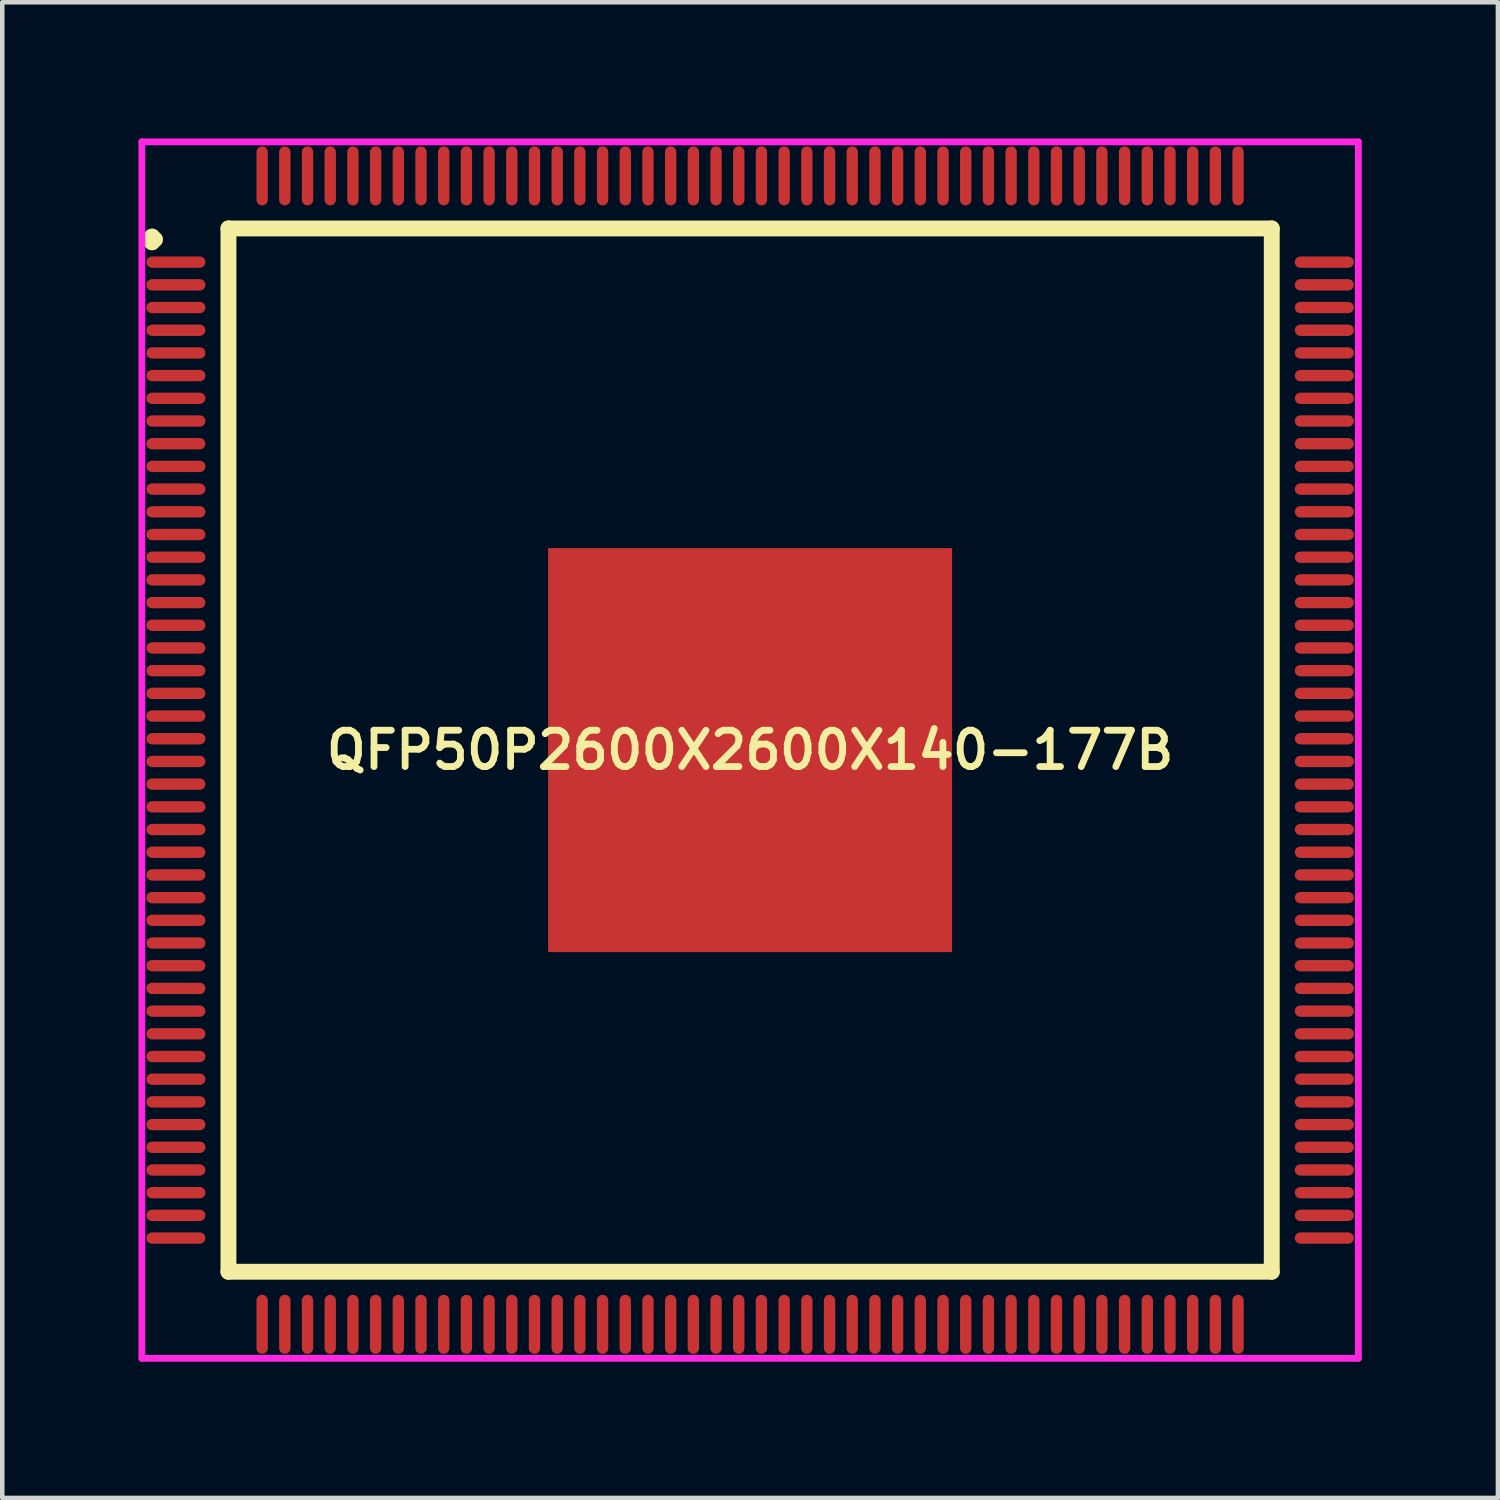
<source format=kicad_pcb>
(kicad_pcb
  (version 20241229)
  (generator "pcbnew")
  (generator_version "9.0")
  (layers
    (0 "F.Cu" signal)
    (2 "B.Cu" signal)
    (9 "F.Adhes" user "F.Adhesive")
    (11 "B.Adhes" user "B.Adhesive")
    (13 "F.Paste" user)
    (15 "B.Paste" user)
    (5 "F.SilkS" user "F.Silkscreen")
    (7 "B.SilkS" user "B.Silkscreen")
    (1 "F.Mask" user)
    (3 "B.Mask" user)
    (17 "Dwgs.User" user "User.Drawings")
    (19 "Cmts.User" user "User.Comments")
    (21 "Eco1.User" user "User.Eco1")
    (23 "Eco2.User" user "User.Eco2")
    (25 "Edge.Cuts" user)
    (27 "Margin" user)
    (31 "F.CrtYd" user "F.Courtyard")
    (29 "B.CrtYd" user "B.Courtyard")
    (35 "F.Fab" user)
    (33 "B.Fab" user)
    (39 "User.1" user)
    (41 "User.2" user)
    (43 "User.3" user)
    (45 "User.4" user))
  (footprint "QFP50P2600X2600X140-177B"
    (layer "F.Cu")
    (at 13.475 13.475)
    (property "Reference" "QFP50P2600X2600X140-177B" (at 0 0 0) (layer "F.SilkS") (effects (font (size 0.8 0.8) (thickness 0.15))))
    (attr smd)
    (fp_line (start -13.238 -11.25) (end -13.175 -11.312) (stroke (width 0.35) (type solid)) (layer "F.SilkS"))
    (fp_line (start -13.175 -11.312) (end -13.113 -11.25) (stroke (width 0.35) (type solid)) (layer "F.SilkS"))
    (fp_line (start -13.175 -11.188) (end -13.238 -11.25) (stroke (width 0.35) (type solid)) (layer "F.SilkS"))
    (fp_line (start -13.113 -11.25) (end -13.175 -11.188) (stroke (width 0.35) (type solid)) (layer "F.SilkS"))
    (fp_line (start -11.492 -11.492) (end -11.492 11.492) (stroke (width 0.35) (type solid)) (layer "F.SilkS"))
    (fp_line (start -11.492 11.492) (end 11.492 11.492) (stroke (width 0.35) (type solid)) (layer "F.SilkS"))
    (fp_line (start 11.492 -11.492) (end -11.492 -11.492) (stroke (width 0.35) (type solid)) (layer "F.SilkS"))
    (fp_line (start 11.492 11.492) (end 11.492 -11.492) (stroke (width 0.35) (type solid)) (layer "F.SilkS"))
    (fp_line (start -13.4 -13.4) (end 13.4 -13.4) (stroke (width 0.15) (type solid)) (layer "F.CrtYd"))
    (fp_line (start -13.4 13.4) (end -13.4 -13.4) (stroke (width 0.15) (type solid)) (layer "F.CrtYd"))
    (fp_line (start 13.4 -13.4) (end 13.4 13.4) (stroke (width 0.15) (type solid)) (layer "F.CrtYd"))
    (fp_line (start 13.4 13.4) (end -13.4 13.4) (stroke (width 0.15) (type solid)) (layer "F.CrtYd"))
    (pad "1" smd oval (at -12.65 -10.75) (size 1.3 0.25) (layers "F.Cu" "F.Mask" "F.Paste"))
    (pad "2" smd oval (at -12.65 -10.25) (size 1.3 0.25) (layers "F.Cu" "F.Mask" "F.Paste"))
    (pad "3" smd oval (at -12.65 -9.75) (size 1.3 0.25) (layers "F.Cu" "F.Mask" "F.Paste"))
    (pad "4" smd oval (at -12.65 -9.25) (size 1.3 0.25) (layers "F.Cu" "F.Mask" "F.Paste"))
    (pad "5" smd oval (at -12.65 -8.75) (size 1.3 0.25) (layers "F.Cu" "F.Mask" "F.Paste"))
    (pad "6" smd oval (at -12.65 -8.25) (size 1.3 0.25) (layers "F.Cu" "F.Mask" "F.Paste"))
    (pad "7" smd oval (at -12.65 -7.75) (size 1.3 0.25) (layers "F.Cu" "F.Mask" "F.Paste"))
    (pad "8" smd oval (at -12.65 -7.25) (size 1.3 0.25) (layers "F.Cu" "F.Mask" "F.Paste"))
    (pad "9" smd oval (at -12.65 -6.75) (size 1.3 0.25) (layers "F.Cu" "F.Mask" "F.Paste"))
    (pad "10" smd oval (at -12.65 -6.25) (size 1.3 0.25) (layers "F.Cu" "F.Mask" "F.Paste"))
    (pad "11" smd oval (at -12.65 -5.75) (size 1.3 0.25) (layers "F.Cu" "F.Mask" "F.Paste"))
    (pad "12" smd oval (at -12.65 -5.25) (size 1.3 0.25) (layers "F.Cu" "F.Mask" "F.Paste"))
    (pad "13" smd oval (at -12.65 -4.75) (size 1.3 0.25) (layers "F.Cu" "F.Mask" "F.Paste"))
    (pad "14" smd oval (at -12.65 -4.25) (size 1.3 0.25) (layers "F.Cu" "F.Mask" "F.Paste"))
    (pad "15" smd oval (at -12.65 -3.75) (size 1.3 0.25) (layers "F.Cu" "F.Mask" "F.Paste"))
    (pad "16" smd oval (at -12.65 -3.25) (size 1.3 0.25) (layers "F.Cu" "F.Mask" "F.Paste"))
    (pad "17" smd oval (at -12.65 -2.75) (size 1.3 0.25) (layers "F.Cu" "F.Mask" "F.Paste"))
    (pad "18" smd oval (at -12.65 -2.25) (size 1.3 0.25) (layers "F.Cu" "F.Mask" "F.Paste"))
    (pad "19" smd oval (at -12.65 -1.75) (size 1.3 0.25) (layers "F.Cu" "F.Mask" "F.Paste"))
    (pad "20" smd oval (at -12.65 -1.25) (size 1.3 0.25) (layers "F.Cu" "F.Mask" "F.Paste"))
    (pad "21" smd oval (at -12.65 -0.75) (size 1.3 0.25) (layers "F.Cu" "F.Mask" "F.Paste"))
    (pad "22" smd oval (at -12.65 -0.25) (size 1.3 0.25) (layers "F.Cu" "F.Mask" "F.Paste"))
    (pad "23" smd oval (at -12.65 0.25) (size 1.3 0.25) (layers "F.Cu" "F.Mask" "F.Paste"))
    (pad "24" smd oval (at -12.65 0.75) (size 1.3 0.25) (layers "F.Cu" "F.Mask" "F.Paste"))
    (pad "25" smd oval (at -12.65 1.25) (size 1.3 0.25) (layers "F.Cu" "F.Mask" "F.Paste"))
    (pad "26" smd oval (at -12.65 1.75) (size 1.3 0.25) (layers "F.Cu" "F.Mask" "F.Paste"))
    (pad "27" smd oval (at -12.65 2.25) (size 1.3 0.25) (layers "F.Cu" "F.Mask" "F.Paste"))
    (pad "28" smd oval (at -12.65 2.75) (size 1.3 0.25) (layers "F.Cu" "F.Mask" "F.Paste"))
    (pad "29" smd oval (at -12.65 3.25) (size 1.3 0.25) (layers "F.Cu" "F.Mask" "F.Paste"))
    (pad "30" smd oval (at -12.65 3.75) (size 1.3 0.25) (layers "F.Cu" "F.Mask" "F.Paste"))
    (pad "31" smd oval (at -12.65 4.25) (size 1.3 0.25) (layers "F.Cu" "F.Mask" "F.Paste"))
    (pad "32" smd oval (at -12.65 4.75) (size 1.3 0.25) (layers "F.Cu" "F.Mask" "F.Paste"))
    (pad "33" smd oval (at -12.65 5.25) (size 1.3 0.25) (layers "F.Cu" "F.Mask" "F.Paste"))
    (pad "34" smd oval (at -12.65 5.75) (size 1.3 0.25) (layers "F.Cu" "F.Mask" "F.Paste"))
    (pad "35" smd oval (at -12.65 6.25) (size 1.3 0.25) (layers "F.Cu" "F.Mask" "F.Paste"))
    (pad "36" smd oval (at -12.65 6.75) (size 1.3 0.25) (layers "F.Cu" "F.Mask" "F.Paste"))
    (pad "37" smd oval (at -12.65 7.25) (size 1.3 0.25) (layers "F.Cu" "F.Mask" "F.Paste"))
    (pad "38" smd oval (at -12.65 7.75) (size 1.3 0.25) (layers "F.Cu" "F.Mask" "F.Paste"))
    (pad "39" smd oval (at -12.65 8.25) (size 1.3 0.25) (layers "F.Cu" "F.Mask" "F.Paste"))
    (pad "40" smd oval (at -12.65 8.75) (size 1.3 0.25) (layers "F.Cu" "F.Mask" "F.Paste"))
    (pad "41" smd oval (at -12.65 9.25) (size 1.3 0.25) (layers "F.Cu" "F.Mask" "F.Paste"))
    (pad "42" smd oval (at -12.65 9.75) (size 1.3 0.25) (layers "F.Cu" "F.Mask" "F.Paste"))
    (pad "43" smd oval (at -12.65 10.25) (size 1.3 0.25) (layers "F.Cu" "F.Mask" "F.Paste"))
    (pad "44" smd oval (at -12.65 10.75) (size 1.3 0.25) (layers "F.Cu" "F.Mask" "F.Paste"))
    (pad "45" smd oval (at -10.75 12.65) (size 0.25 1.3) (layers "F.Cu" "F.Mask" "F.Paste"))
    (pad "46" smd oval (at -10.25 12.65) (size 0.25 1.3) (layers "F.Cu" "F.Mask" "F.Paste"))
    (pad "47" smd oval (at -9.75 12.65) (size 0.25 1.3) (layers "F.Cu" "F.Mask" "F.Paste"))
    (pad "48" smd oval (at -9.25 12.65) (size 0.25 1.3) (layers "F.Cu" "F.Mask" "F.Paste"))
    (pad "49" smd oval (at -8.75 12.65) (size 0.25 1.3) (layers "F.Cu" "F.Mask" "F.Paste"))
    (pad "50" smd oval (at -8.25 12.65) (size 0.25 1.3) (layers "F.Cu" "F.Mask" "F.Paste"))
    (pad "51" smd oval (at -7.75 12.65) (size 0.25 1.3) (layers "F.Cu" "F.Mask" "F.Paste"))
    (pad "52" smd oval (at -7.25 12.65) (size 0.25 1.3) (layers "F.Cu" "F.Mask" "F.Paste"))
    (pad "53" smd oval (at -6.75 12.65) (size 0.25 1.3) (layers "F.Cu" "F.Mask" "F.Paste"))
    (pad "54" smd oval (at -6.25 12.65) (size 0.25 1.3) (layers "F.Cu" "F.Mask" "F.Paste"))
    (pad "55" smd oval (at -5.75 12.65) (size 0.25 1.3) (layers "F.Cu" "F.Mask" "F.Paste"))
    (pad "56" smd oval (at -5.25 12.65) (size 0.25 1.3) (layers "F.Cu" "F.Mask" "F.Paste"))
    (pad "57" smd oval (at -4.75 12.65) (size 0.25 1.3) (layers "F.Cu" "F.Mask" "F.Paste"))
    (pad "58" smd oval (at -4.25 12.65) (size 0.25 1.3) (layers "F.Cu" "F.Mask" "F.Paste"))
    (pad "59" smd oval (at -3.75 12.65) (size 0.25 1.3) (layers "F.Cu" "F.Mask" "F.Paste"))
    (pad "60" smd oval (at -3.25 12.65) (size 0.25 1.3) (layers "F.Cu" "F.Mask" "F.Paste"))
    (pad "61" smd oval (at -2.75 12.65) (size 0.25 1.3) (layers "F.Cu" "F.Mask" "F.Paste"))
    (pad "62" smd oval (at -2.25 12.65) (size 0.25 1.3) (layers "F.Cu" "F.Mask" "F.Paste"))
    (pad "63" smd oval (at -1.75 12.65) (size 0.25 1.3) (layers "F.Cu" "F.Mask" "F.Paste"))
    (pad "64" smd oval (at -1.25 12.65) (size 0.25 1.3) (layers "F.Cu" "F.Mask" "F.Paste"))
    (pad "65" smd oval (at -0.75 12.65) (size 0.25 1.3) (layers "F.Cu" "F.Mask" "F.Paste"))
    (pad "66" smd oval (at -0.25 12.65) (size 0.25 1.3) (layers "F.Cu" "F.Mask" "F.Paste"))
    (pad "67" smd oval (at 0.25 12.65) (size 0.25 1.3) (layers "F.Cu" "F.Mask" "F.Paste"))
    (pad "68" smd oval (at 0.75 12.65) (size 0.25 1.3) (layers "F.Cu" "F.Mask" "F.Paste"))
    (pad "69" smd oval (at 1.25 12.65) (size 0.25 1.3) (layers "F.Cu" "F.Mask" "F.Paste"))
    (pad "70" smd oval (at 1.75 12.65) (size 0.25 1.3) (layers "F.Cu" "F.Mask" "F.Paste"))
    (pad "71" smd oval (at 2.25 12.65) (size 0.25 1.3) (layers "F.Cu" "F.Mask" "F.Paste"))
    (pad "72" smd oval (at 2.75 12.65) (size 0.25 1.3) (layers "F.Cu" "F.Mask" "F.Paste"))
    (pad "73" smd oval (at 3.25 12.65) (size 0.25 1.3) (layers "F.Cu" "F.Mask" "F.Paste"))
    (pad "74" smd oval (at 3.75 12.65) (size 0.25 1.3) (layers "F.Cu" "F.Mask" "F.Paste"))
    (pad "75" smd oval (at 4.25 12.65) (size 0.25 1.3) (layers "F.Cu" "F.Mask" "F.Paste"))
    (pad "76" smd oval (at 4.75 12.65) (size 0.25 1.3) (layers "F.Cu" "F.Mask" "F.Paste"))
    (pad "77" smd oval (at 5.25 12.65) (size 0.25 1.3) (layers "F.Cu" "F.Mask" "F.Paste"))
    (pad "78" smd oval (at 5.75 12.65) (size 0.25 1.3) (layers "F.Cu" "F.Mask" "F.Paste"))
    (pad "79" smd oval (at 6.25 12.65) (size 0.25 1.3) (layers "F.Cu" "F.Mask" "F.Paste"))
    (pad "80" smd oval (at 6.75 12.65) (size 0.25 1.3) (layers "F.Cu" "F.Mask" "F.Paste"))
    (pad "81" smd oval (at 7.25 12.65) (size 0.25 1.3) (layers "F.Cu" "F.Mask" "F.Paste"))
    (pad "82" smd oval (at 7.75 12.65) (size 0.25 1.3) (layers "F.Cu" "F.Mask" "F.Paste"))
    (pad "83" smd oval (at 8.25 12.65) (size 0.25 1.3) (layers "F.Cu" "F.Mask" "F.Paste"))
    (pad "84" smd oval (at 8.75 12.65) (size 0.25 1.3) (layers "F.Cu" "F.Mask" "F.Paste"))
    (pad "85" smd oval (at 9.25 12.65) (size 0.25 1.3) (layers "F.Cu" "F.Mask" "F.Paste"))
    (pad "86" smd oval (at 9.75 12.65) (size 0.25 1.3) (layers "F.Cu" "F.Mask" "F.Paste"))
    (pad "87" smd oval (at 10.25 12.65) (size 0.25 1.3) (layers "F.Cu" "F.Mask" "F.Paste"))
    (pad "88" smd oval (at 10.75 12.65) (size 0.25 1.3) (layers "F.Cu" "F.Mask" "F.Paste"))
    (pad "89" smd oval (at 12.65 10.75) (size 1.3 0.25) (layers "F.Cu" "F.Mask" "F.Paste"))
    (pad "90" smd oval (at 12.65 10.25) (size 1.3 0.25) (layers "F.Cu" "F.Mask" "F.Paste"))
    (pad "91" smd oval (at 12.65 9.75) (size 1.3 0.25) (layers "F.Cu" "F.Mask" "F.Paste"))
    (pad "92" smd oval (at 12.65 9.25) (size 1.3 0.25) (layers "F.Cu" "F.Mask" "F.Paste"))
    (pad "93" smd oval (at 12.65 8.75) (size 1.3 0.25) (layers "F.Cu" "F.Mask" "F.Paste"))
    (pad "94" smd oval (at 12.65 8.25) (size 1.3 0.25) (layers "F.Cu" "F.Mask" "F.Paste"))
    (pad "95" smd oval (at 12.65 7.75) (size 1.3 0.25) (layers "F.Cu" "F.Mask" "F.Paste"))
    (pad "96" smd oval (at 12.65 7.25) (size 1.3 0.25) (layers "F.Cu" "F.Mask" "F.Paste"))
    (pad "97" smd oval (at 12.65 6.75) (size 1.3 0.25) (layers "F.Cu" "F.Mask" "F.Paste"))
    (pad "98" smd oval (at 12.65 6.25) (size 1.3 0.25) (layers "F.Cu" "F.Mask" "F.Paste"))
    (pad "99" smd oval (at 12.65 5.75) (size 1.3 0.25) (layers "F.Cu" "F.Mask" "F.Paste"))
    (pad "100" smd oval (at 12.65 5.25) (size 1.3 0.25) (layers "F.Cu" "F.Mask" "F.Paste"))
    (pad "101" smd oval (at 12.65 4.75) (size 1.3 0.25) (layers "F.Cu" "F.Mask" "F.Paste"))
    (pad "102" smd oval (at 12.65 4.25) (size 1.3 0.25) (layers "F.Cu" "F.Mask" "F.Paste"))
    (pad "103" smd oval (at 12.65 3.75) (size 1.3 0.25) (layers "F.Cu" "F.Mask" "F.Paste"))
    (pad "104" smd oval (at 12.65 3.25) (size 1.3 0.25) (layers "F.Cu" "F.Mask" "F.Paste"))
    (pad "105" smd oval (at 12.65 2.75) (size 1.3 0.25) (layers "F.Cu" "F.Mask" "F.Paste"))
    (pad "106" smd oval (at 12.65 2.25) (size 1.3 0.25) (layers "F.Cu" "F.Mask" "F.Paste"))
    (pad "107" smd oval (at 12.65 1.75) (size 1.3 0.25) (layers "F.Cu" "F.Mask" "F.Paste"))
    (pad "108" smd oval (at 12.65 1.25) (size 1.3 0.25) (layers "F.Cu" "F.Mask" "F.Paste"))
    (pad "109" smd oval (at 12.65 0.75) (size 1.3 0.25) (layers "F.Cu" "F.Mask" "F.Paste"))
    (pad "110" smd oval (at 12.65 0.25) (size 1.3 0.25) (layers "F.Cu" "F.Mask" "F.Paste"))
    (pad "111" smd oval (at 12.65 -0.25) (size 1.3 0.25) (layers "F.Cu" "F.Mask" "F.Paste"))
    (pad "112" smd oval (at 12.65 -0.75) (size 1.3 0.25) (layers "F.Cu" "F.Mask" "F.Paste"))
    (pad "113" smd oval (at 12.65 -1.25) (size 1.3 0.25) (layers "F.Cu" "F.Mask" "F.Paste"))
    (pad "114" smd oval (at 12.65 -1.75) (size 1.3 0.25) (layers "F.Cu" "F.Mask" "F.Paste"))
    (pad "115" smd oval (at 12.65 -2.25) (size 1.3 0.25) (layers "F.Cu" "F.Mask" "F.Paste"))
    (pad "116" smd oval (at 12.65 -2.75) (size 1.3 0.25) (layers "F.Cu" "F.Mask" "F.Paste"))
    (pad "117" smd oval (at 12.65 -3.25) (size 1.3 0.25) (layers "F.Cu" "F.Mask" "F.Paste"))
    (pad "118" smd oval (at 12.65 -3.75) (size 1.3 0.25) (layers "F.Cu" "F.Mask" "F.Paste"))
    (pad "119" smd oval (at 12.65 -4.25) (size 1.3 0.25) (layers "F.Cu" "F.Mask" "F.Paste"))
    (pad "120" smd oval (at 12.65 -4.75) (size 1.3 0.25) (layers "F.Cu" "F.Mask" "F.Paste"))
    (pad "121" smd oval (at 12.65 -5.25) (size 1.3 0.25) (layers "F.Cu" "F.Mask" "F.Paste"))
    (pad "122" smd oval (at 12.65 -5.75) (size 1.3 0.25) (layers "F.Cu" "F.Mask" "F.Paste"))
    (pad "123" smd oval (at 12.65 -6.25) (size 1.3 0.25) (layers "F.Cu" "F.Mask" "F.Paste"))
    (pad "124" smd oval (at 12.65 -6.75) (size 1.3 0.25) (layers "F.Cu" "F.Mask" "F.Paste"))
    (pad "125" smd oval (at 12.65 -7.25) (size 1.3 0.25) (layers "F.Cu" "F.Mask" "F.Paste"))
    (pad "126" smd oval (at 12.65 -7.75) (size 1.3 0.25) (layers "F.Cu" "F.Mask" "F.Paste"))
    (pad "127" smd oval (at 12.65 -8.25) (size 1.3 0.25) (layers "F.Cu" "F.Mask" "F.Paste"))
    (pad "128" smd oval (at 12.65 -8.75) (size 1.3 0.25) (layers "F.Cu" "F.Mask" "F.Paste"))
    (pad "129" smd oval (at 12.65 -9.25) (size 1.3 0.25) (layers "F.Cu" "F.Mask" "F.Paste"))
    (pad "130" smd oval (at 12.65 -9.75) (size 1.3 0.25) (layers "F.Cu" "F.Mask" "F.Paste"))
    (pad "131" smd oval (at 12.65 -10.25) (size 1.3 0.25) (layers "F.Cu" "F.Mask" "F.Paste"))
    (pad "132" smd oval (at 12.65 -10.75) (size 1.3 0.25) (layers "F.Cu" "F.Mask" "F.Paste"))
    (pad "133" smd oval (at 10.75 -12.65) (size 0.25 1.3) (layers "F.Cu" "F.Mask" "F.Paste"))
    (pad "134" smd oval (at 10.25 -12.65) (size 0.25 1.3) (layers "F.Cu" "F.Mask" "F.Paste"))
    (pad "135" smd oval (at 9.75 -12.65) (size 0.25 1.3) (layers "F.Cu" "F.Mask" "F.Paste"))
    (pad "136" smd oval (at 9.25 -12.65) (size 0.25 1.3) (layers "F.Cu" "F.Mask" "F.Paste"))
    (pad "137" smd oval (at 8.75 -12.65) (size 0.25 1.3) (layers "F.Cu" "F.Mask" "F.Paste"))
    (pad "138" smd oval (at 8.25 -12.65) (size 0.25 1.3) (layers "F.Cu" "F.Mask" "F.Paste"))
    (pad "139" smd oval (at 7.75 -12.65) (size 0.25 1.3) (layers "F.Cu" "F.Mask" "F.Paste"))
    (pad "140" smd oval (at 7.25 -12.65) (size 0.25 1.3) (layers "F.Cu" "F.Mask" "F.Paste"))
    (pad "141" smd oval (at 6.75 -12.65) (size 0.25 1.3) (layers "F.Cu" "F.Mask" "F.Paste"))
    (pad "142" smd oval (at 6.25 -12.65) (size 0.25 1.3) (layers "F.Cu" "F.Mask" "F.Paste"))
    (pad "143" smd oval (at 5.75 -12.65) (size 0.25 1.3) (layers "F.Cu" "F.Mask" "F.Paste"))
    (pad "144" smd oval (at 5.25 -12.65) (size 0.25 1.3) (layers "F.Cu" "F.Mask" "F.Paste"))
    (pad "145" smd oval (at 4.75 -12.65) (size 0.25 1.3) (layers "F.Cu" "F.Mask" "F.Paste"))
    (pad "146" smd oval (at 4.25 -12.65) (size 0.25 1.3) (layers "F.Cu" "F.Mask" "F.Paste"))
    (pad "147" smd oval (at 3.75 -12.65) (size 0.25 1.3) (layers "F.Cu" "F.Mask" "F.Paste"))
    (pad "148" smd oval (at 3.25 -12.65) (size 0.25 1.3) (layers "F.Cu" "F.Mask" "F.Paste"))
    (pad "149" smd oval (at 2.75 -12.65) (size 0.25 1.3) (layers "F.Cu" "F.Mask" "F.Paste"))
    (pad "150" smd oval (at 2.25 -12.65) (size 0.25 1.3) (layers "F.Cu" "F.Mask" "F.Paste"))
    (pad "151" smd oval (at 1.75 -12.65) (size 0.25 1.3) (layers "F.Cu" "F.Mask" "F.Paste"))
    (pad "152" smd oval (at 1.25 -12.65) (size 0.25 1.3) (layers "F.Cu" "F.Mask" "F.Paste"))
    (pad "153" smd oval (at 0.75 -12.65) (size 0.25 1.3) (layers "F.Cu" "F.Mask" "F.Paste"))
    (pad "154" smd oval (at 0.25 -12.65) (size 0.25 1.3) (layers "F.Cu" "F.Mask" "F.Paste"))
    (pad "155" smd oval (at -0.25 -12.65) (size 0.25 1.3) (layers "F.Cu" "F.Mask" "F.Paste"))
    (pad "156" smd oval (at -0.75 -12.65) (size 0.25 1.3) (layers "F.Cu" "F.Mask" "F.Paste"))
    (pad "157" smd oval (at -1.25 -12.65) (size 0.25 1.3) (layers "F.Cu" "F.Mask" "F.Paste"))
    (pad "158" smd oval (at -1.75 -12.65) (size 0.25 1.3) (layers "F.Cu" "F.Mask" "F.Paste"))
    (pad "159" smd oval (at -2.25 -12.65) (size 0.25 1.3) (layers "F.Cu" "F.Mask" "F.Paste"))
    (pad "160" smd oval (at -2.75 -12.65) (size 0.25 1.3) (layers "F.Cu" "F.Mask" "F.Paste"))
    (pad "161" smd oval (at -3.25 -12.65) (size 0.25 1.3) (layers "F.Cu" "F.Mask" "F.Paste"))
    (pad "162" smd oval (at -3.75 -12.65) (size 0.25 1.3) (layers "F.Cu" "F.Mask" "F.Paste"))
    (pad "163" smd oval (at -4.25 -12.65) (size 0.25 1.3) (layers "F.Cu" "F.Mask" "F.Paste"))
    (pad "164" smd oval (at -4.75 -12.65) (size 0.25 1.3) (layers "F.Cu" "F.Mask" "F.Paste"))
    (pad "165" smd oval (at -5.25 -12.65) (size 0.25 1.3) (layers "F.Cu" "F.Mask" "F.Paste"))
    (pad "166" smd oval (at -5.75 -12.65) (size 0.25 1.3) (layers "F.Cu" "F.Mask" "F.Paste"))
    (pad "167" smd oval (at -6.25 -12.65) (size 0.25 1.3) (layers "F.Cu" "F.Mask" "F.Paste"))
    (pad "168" smd oval (at -6.75 -12.65) (size 0.25 1.3) (layers "F.Cu" "F.Mask" "F.Paste"))
    (pad "169" smd oval (at -7.25 -12.65) (size 0.25 1.3) (layers "F.Cu" "F.Mask" "F.Paste"))
    (pad "170" smd oval (at -7.75 -12.65) (size 0.25 1.3) (layers "F.Cu" "F.Mask" "F.Paste"))
    (pad "171" smd oval (at -8.25 -12.65) (size 0.25 1.3) (layers "F.Cu" "F.Mask" "F.Paste"))
    (pad "172" smd oval (at -8.75 -12.65) (size 0.25 1.3) (layers "F.Cu" "F.Mask" "F.Paste"))
    (pad "173" smd oval (at -9.25 -12.65) (size 0.25 1.3) (layers "F.Cu" "F.Mask" "F.Paste"))
    (pad "174" smd oval (at -9.75 -12.65) (size 0.25 1.3) (layers "F.Cu" "F.Mask" "F.Paste"))
    (pad "175" smd oval (at -10.25 -12.65) (size 0.25 1.3) (layers "F.Cu" "F.Mask" "F.Paste"))
    (pad "176" smd oval (at -10.75 -12.65) (size 0.25 1.3) (layers "F.Cu" "F.Mask" "F.Paste"))
    (pad "177" smd rect (at 0 0) (size 8.9 8.9) (layers "F.Cu" "F.Mask" "F.Paste")))
  (gr_rect
    (start -3 -3)
    (end 29.95 29.95)
    (stroke (width 0.1) (type default))
    (fill no)
    (layer "Edge.Cuts")))
</source>
